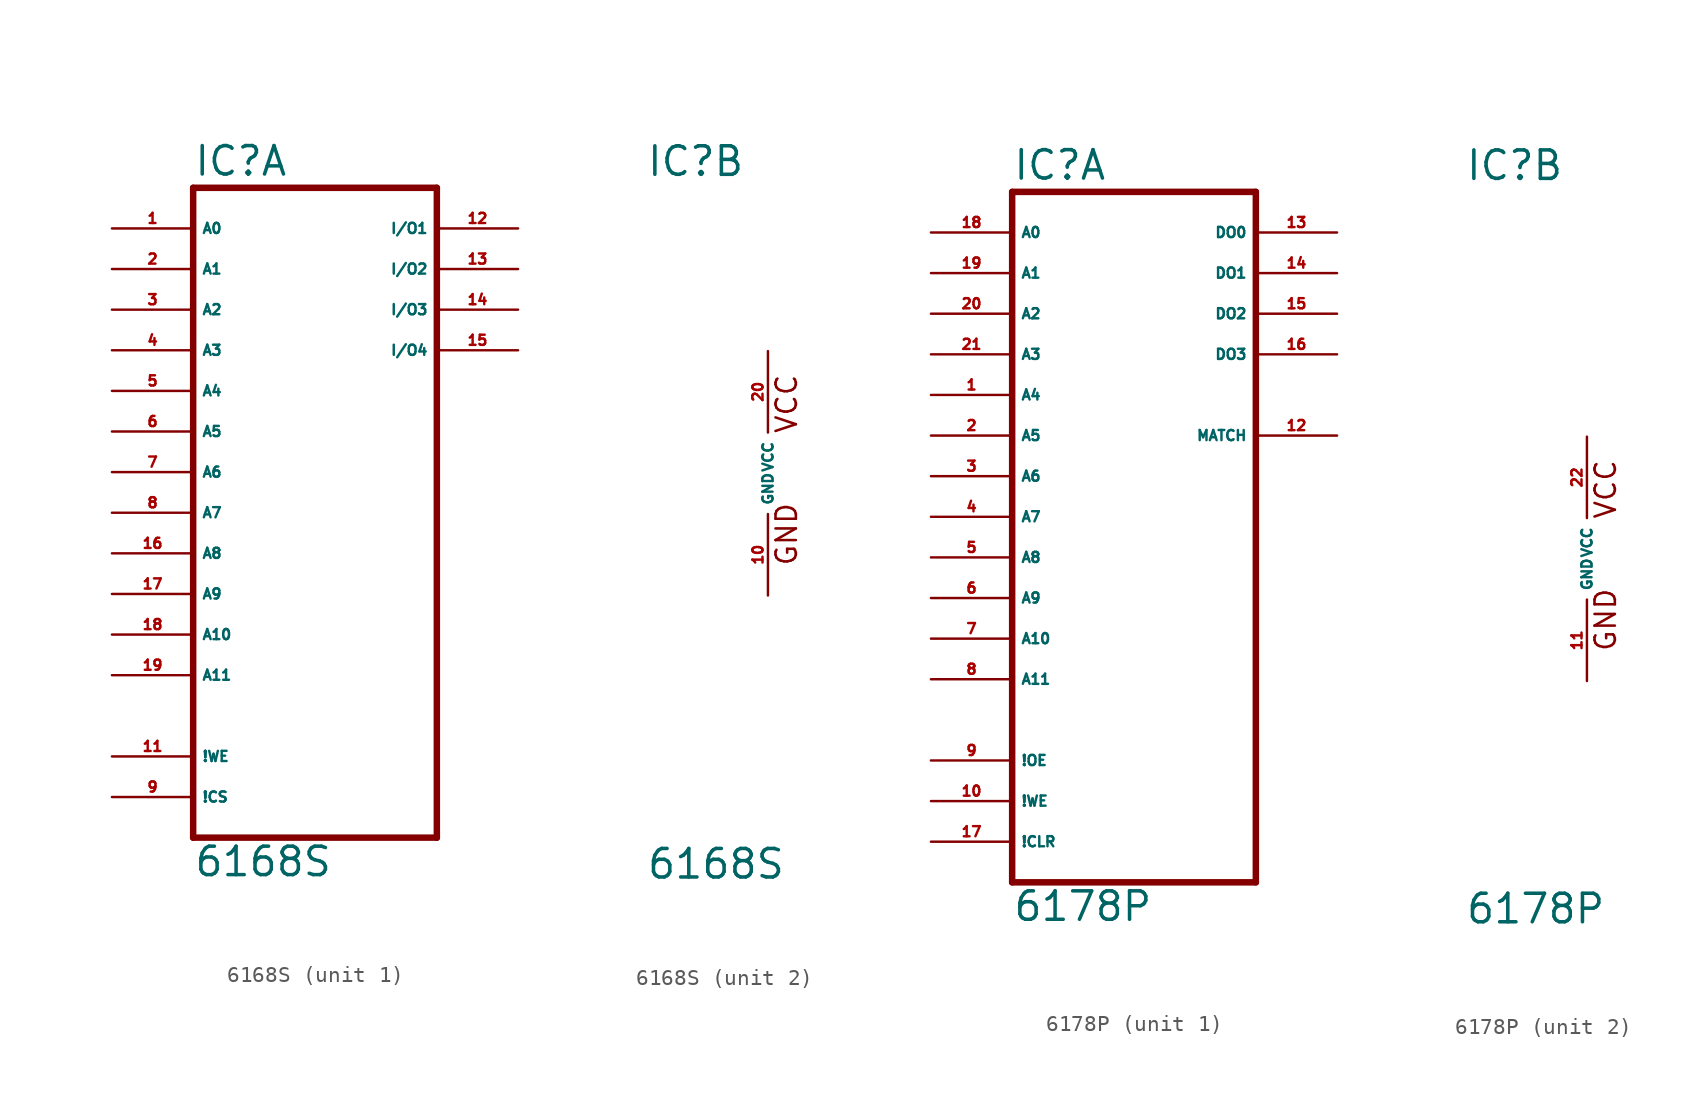
<source format=kicad_sym>
(kicad_symbol_lib
  (version 20220914)
  (generator Eagle2Kicad)
  (symbol "6168S"
    (property "Reference" "IC"
      (at -7.62 18.415 0)
      (effects (font (size 1.778 1.778) (thickness 0.22)) (justify left bottom)))
    (property "Value" "6168S"
      (at -7.62 -25.4 0)
      (effects (font (size 1.778 1.778) (thickness 0.22)) (justify left bottom)))
    (symbol "6168S_1_0"
      (polyline (pts (xy -7.62 -22.86) (xy 7.62 -22.86)) (stroke (width 0.406) (type default)) (fill (type none)))
      (polyline (pts (xy 7.62 -22.86) (xy 7.62 17.78)) (stroke (width 0.406) (type default)) (fill (type none)))
      (polyline (pts (xy 7.62 17.78) (xy -7.62 17.78)) (stroke (width 0.406) (type default)) (fill (type none)))
      (polyline (pts (xy -7.62 17.78) (xy -7.62 -22.86)) (stroke (width 0.406) (type default)) (fill (type none)))
      (pin input line (at -12.7 15.24 0) (length 5.08) (name "A0" (effects (font (size 0.635 0.635) (thickness 0.08)) (justify left bottom))) (number "1" (effects (font (size 0.635 0.635) (thickness 0.08)) (justify left bottom))))
      (pin input line (at -12.7 12.7 0) (length 5.08) (name "A1" (effects (font (size 0.635 0.635) (thickness 0.08)) (justify left bottom))) (number "2" (effects (font (size 0.635 0.635) (thickness 0.08)) (justify left bottom))))
      (pin input line (at -12.7 10.16 0) (length 5.08) (name "A2" (effects (font (size 0.635 0.635) (thickness 0.08)) (justify left bottom))) (number "3" (effects (font (size 0.635 0.635) (thickness 0.08)) (justify left bottom))))
      (pin input line (at -12.7 7.62 0) (length 5.08) (name "A3" (effects (font (size 0.635 0.635) (thickness 0.08)) (justify left bottom))) (number "4" (effects (font (size 0.635 0.635) (thickness 0.08)) (justify left bottom))))
      (pin input line (at -12.7 5.08 0) (length 5.08) (name "A4" (effects (font (size 0.635 0.635) (thickness 0.08)) (justify left bottom))) (number "5" (effects (font (size 0.635 0.635) (thickness 0.08)) (justify left bottom))))
      (pin input line (at -12.7 2.54 0) (length 5.08) (name "A5" (effects (font (size 0.635 0.635) (thickness 0.08)) (justify left bottom))) (number "6" (effects (font (size 0.635 0.635) (thickness 0.08)) (justify left bottom))))
      (pin input line (at -12.7 0 0) (length 5.08) (name "A6" (effects (font (size 0.635 0.635) (thickness 0.08)) (justify left bottom))) (number "7" (effects (font (size 0.635 0.635) (thickness 0.08)) (justify left bottom))))
      (pin input line (at -12.7 -2.54 0) (length 5.08) (name "A7" (effects (font (size 0.635 0.635) (thickness 0.08)) (justify left bottom))) (number "8" (effects (font (size 0.635 0.635) (thickness 0.08)) (justify left bottom))))
      (pin input line (at -12.7 -5.08 0) (length 5.08) (name "A8" (effects (font (size 0.635 0.635) (thickness 0.08)) (justify left bottom))) (number "16" (effects (font (size 0.635 0.635) (thickness 0.08)) (justify left bottom))))
      (pin input line (at -12.7 -7.62 0) (length 5.08) (name "A9" (effects (font (size 0.635 0.635) (thickness 0.08)) (justify left bottom))) (number "17" (effects (font (size 0.635 0.635) (thickness 0.08)) (justify left bottom))))
      (pin input line (at -12.7 -10.16 0) (length 5.08) (name "A10" (effects (font (size 0.635 0.635) (thickness 0.08)) (justify left bottom))) (number "18" (effects (font (size 0.635 0.635) (thickness 0.08)) (justify left bottom))))
      (pin input line (at -12.7 -12.7 0) (length 5.08) (name "A11" (effects (font (size 0.635 0.635) (thickness 0.08)) (justify left bottom))) (number "19" (effects (font (size 0.635 0.635) (thickness 0.08)) (justify left bottom))))
      (pin input line (at -12.7 -17.78 0) (length 5.08) (name "!WE" (effects (font (size 0.635 0.635) (thickness 0.08)) (justify left bottom))) (number "11" (effects (font (size 0.635 0.635) (thickness 0.08)) (justify left bottom))))
      (pin input line (at -12.7 -20.32 0) (length 5.08) (name "!CS" (effects (font (size 0.635 0.635) (thickness 0.08)) (justify left bottom))) (number "9" (effects (font (size 0.635 0.635) (thickness 0.08)) (justify left bottom))))
      (pin bidirectional line (at 12.7 15.24 180) (length 5.08) (name "I/O1" (effects (font (size 0.635 0.635) (thickness 0.08)) (justify left bottom))) (number "12" (effects (font (size 0.635 0.635) (thickness 0.08)) (justify left bottom))))
      (pin bidirectional line (at 12.7 12.7 180) (length 5.08) (name "I/O2" (effects (font (size 0.635 0.635) (thickness 0.08)) (justify left bottom))) (number "13" (effects (font (size 0.635 0.635) (thickness 0.08)) (justify left bottom))))
      (pin bidirectional line (at 12.7 10.16 180) (length 5.08) (name "I/O3" (effects (font (size 0.635 0.635) (thickness 0.08)) (justify left bottom))) (number "14" (effects (font (size 0.635 0.635) (thickness 0.08)) (justify left bottom))))
      (pin bidirectional line (at 12.7 7.62 180) (length 5.08) (name "I/O4" (effects (font (size 0.635 0.635) (thickness 0.08)) (justify left bottom))) (number "15" (effects (font (size 0.635 0.635) (thickness 0.08)) (justify left bottom)))))
    (symbol "6168S_2_0"
      (text "GND" (at 1.905 -5.842 900) (effects (font (size 1.27 1.27) (thickness 0.16)) (justify left bottom)))
      (text "VCC" (at 1.905 2.413 900) (effects (font (size 1.27 1.27) (thickness 0.16)) (justify left bottom)))
      (pin unspecified line (at 0 7.62 270) (length 5.08) (name "VCC" (effects (font (size 0.635 0.635) (thickness 0.08)) (justify left bottom))) (number "20" (effects (font (size 0.635 0.635) (thickness 0.08)) (justify left bottom))))
      (pin unspecified line (at 0 -7.62 90) (length 5.08) (name "GND" (effects (font (size 0.635 0.635) (thickness 0.08)) (justify left bottom))) (number "10" (effects (font (size 0.635 0.635) (thickness 0.08)) (justify left bottom))))))
  (symbol "6178P"
    (property "Reference" "IC"
      (at -7.62 23.495 0)
      (effects (font (size 1.778 1.778) (thickness 0.22)) (justify left bottom)))
    (property "Value" "6178P"
      (at -7.62 -22.86 0)
      (effects (font (size 1.778 1.778) (thickness 0.22)) (justify left bottom)))
    (symbol "6178P_1_0"
      (polyline (pts (xy -7.62 -20.32) (xy 7.62 -20.32)) (stroke (width 0.406) (type default)) (fill (type none)))
      (polyline (pts (xy 7.62 -20.32) (xy 7.62 22.86)) (stroke (width 0.406) (type default)) (fill (type none)))
      (polyline (pts (xy 7.62 22.86) (xy -7.62 22.86)) (stroke (width 0.406) (type default)) (fill (type none)))
      (polyline (pts (xy -7.62 22.86) (xy -7.62 -20.32)) (stroke (width 0.406) (type default)) (fill (type none)))
      (pin input line (at -12.7 20.32 0) (length 5.08) (name "A0" (effects (font (size 0.635 0.635) (thickness 0.08)) (justify left bottom))) (number "18" (effects (font (size 0.635 0.635) (thickness 0.08)) (justify left bottom))))
      (pin input line (at -12.7 17.78 0) (length 5.08) (name "A1" (effects (font (size 0.635 0.635) (thickness 0.08)) (justify left bottom))) (number "19" (effects (font (size 0.635 0.635) (thickness 0.08)) (justify left bottom))))
      (pin input line (at -12.7 15.24 0) (length 5.08) (name "A2" (effects (font (size 0.635 0.635) (thickness 0.08)) (justify left bottom))) (number "20" (effects (font (size 0.635 0.635) (thickness 0.08)) (justify left bottom))))
      (pin input line (at -12.7 12.7 0) (length 5.08) (name "A3" (effects (font (size 0.635 0.635) (thickness 0.08)) (justify left bottom))) (number "21" (effects (font (size 0.635 0.635) (thickness 0.08)) (justify left bottom))))
      (pin input line (at -12.7 10.16 0) (length 5.08) (name "A4" (effects (font (size 0.635 0.635) (thickness 0.08)) (justify left bottom))) (number "1" (effects (font (size 0.635 0.635) (thickness 0.08)) (justify left bottom))))
      (pin input line (at -12.7 7.62 0) (length 5.08) (name "A5" (effects (font (size 0.635 0.635) (thickness 0.08)) (justify left bottom))) (number "2" (effects (font (size 0.635 0.635) (thickness 0.08)) (justify left bottom))))
      (pin input line (at -12.7 5.08 0) (length 5.08) (name "A6" (effects (font (size 0.635 0.635) (thickness 0.08)) (justify left bottom))) (number "3" (effects (font (size 0.635 0.635) (thickness 0.08)) (justify left bottom))))
      (pin input line (at -12.7 2.54 0) (length 5.08) (name "A7" (effects (font (size 0.635 0.635) (thickness 0.08)) (justify left bottom))) (number "4" (effects (font (size 0.635 0.635) (thickness 0.08)) (justify left bottom))))
      (pin input line (at -12.7 0 0) (length 5.08) (name "A8" (effects (font (size 0.635 0.635) (thickness 0.08)) (justify left bottom))) (number "5" (effects (font (size 0.635 0.635) (thickness 0.08)) (justify left bottom))))
      (pin input line (at -12.7 -2.54 0) (length 5.08) (name "A9" (effects (font (size 0.635 0.635) (thickness 0.08)) (justify left bottom))) (number "6" (effects (font (size 0.635 0.635) (thickness 0.08)) (justify left bottom))))
      (pin input line (at -12.7 -5.08 0) (length 5.08) (name "A10" (effects (font (size 0.635 0.635) (thickness 0.08)) (justify left bottom))) (number "7" (effects (font (size 0.635 0.635) (thickness 0.08)) (justify left bottom))))
      (pin input line (at -12.7 -7.62 0) (length 5.08) (name "A11" (effects (font (size 0.635 0.635) (thickness 0.08)) (justify left bottom))) (number "8" (effects (font (size 0.635 0.635) (thickness 0.08)) (justify left bottom))))
      (pin input line (at -12.7 -12.7 0) (length 5.08) (name "!OE" (effects (font (size 0.635 0.635) (thickness 0.08)) (justify left bottom))) (number "9" (effects (font (size 0.635 0.635) (thickness 0.08)) (justify left bottom))))
      (pin input line (at -12.7 -15.24 0) (length 5.08) (name "!WE" (effects (font (size 0.635 0.635) (thickness 0.08)) (justify left bottom))) (number "10" (effects (font (size 0.635 0.635) (thickness 0.08)) (justify left bottom))))
      (pin input line (at -12.7 -17.78 0) (length 5.08) (name "!CLR" (effects (font (size 0.635 0.635) (thickness 0.08)) (justify left bottom))) (number "17" (effects (font (size 0.635 0.635) (thickness 0.08)) (justify left bottom))))
      (pin bidirectional line (at 12.7 20.32 180) (length 5.08) (name "DO0" (effects (font (size 0.635 0.635) (thickness 0.08)) (justify left bottom))) (number "13" (effects (font (size 0.635 0.635) (thickness 0.08)) (justify left bottom))))
      (pin bidirectional line (at 12.7 17.78 180) (length 5.08) (name "DO1" (effects (font (size 0.635 0.635) (thickness 0.08)) (justify left bottom))) (number "14" (effects (font (size 0.635 0.635) (thickness 0.08)) (justify left bottom))))
      (pin bidirectional line (at 12.7 15.24 180) (length 5.08) (name "DO2" (effects (font (size 0.635 0.635) (thickness 0.08)) (justify left bottom))) (number "15" (effects (font (size 0.635 0.635) (thickness 0.08)) (justify left bottom))))
      (pin bidirectional line (at 12.7 12.7 180) (length 5.08) (name "DO3" (effects (font (size 0.635 0.635) (thickness 0.08)) (justify left bottom))) (number "16" (effects (font (size 0.635 0.635) (thickness 0.08)) (justify left bottom))))
      (pin output line (at 12.7 7.62 180) (length 5.08) (name "MATCH" (effects (font (size 0.635 0.635) (thickness 0.08)) (justify left bottom))) (number "12" (effects (font (size 0.635 0.635) (thickness 0.08)) (justify left bottom)))))
    (symbol "6178P_2_0"
      (text "GND" (at 1.905 -5.842 900) (effects (font (size 1.27 1.27) (thickness 0.16)) (justify left bottom)))
      (text "VCC" (at 1.905 2.413 900) (effects (font (size 1.27 1.27) (thickness 0.16)) (justify left bottom)))
      (pin unspecified line (at 0 7.62 270) (length 5.08) (name "VCC" (effects (font (size 0.635 0.635) (thickness 0.08)) (justify left bottom))) (number "22" (effects (font (size 0.635 0.635) (thickness 0.08)) (justify left bottom))))
      (pin unspecified line (at 0 -7.62 90) (length 5.08) (name "GND" (effects (font (size 0.635 0.635) (thickness 0.08)) (justify left bottom))) (number "11" (effects (font (size 0.635 0.635) (thickness 0.08)) (justify left bottom)))))))
</source>
